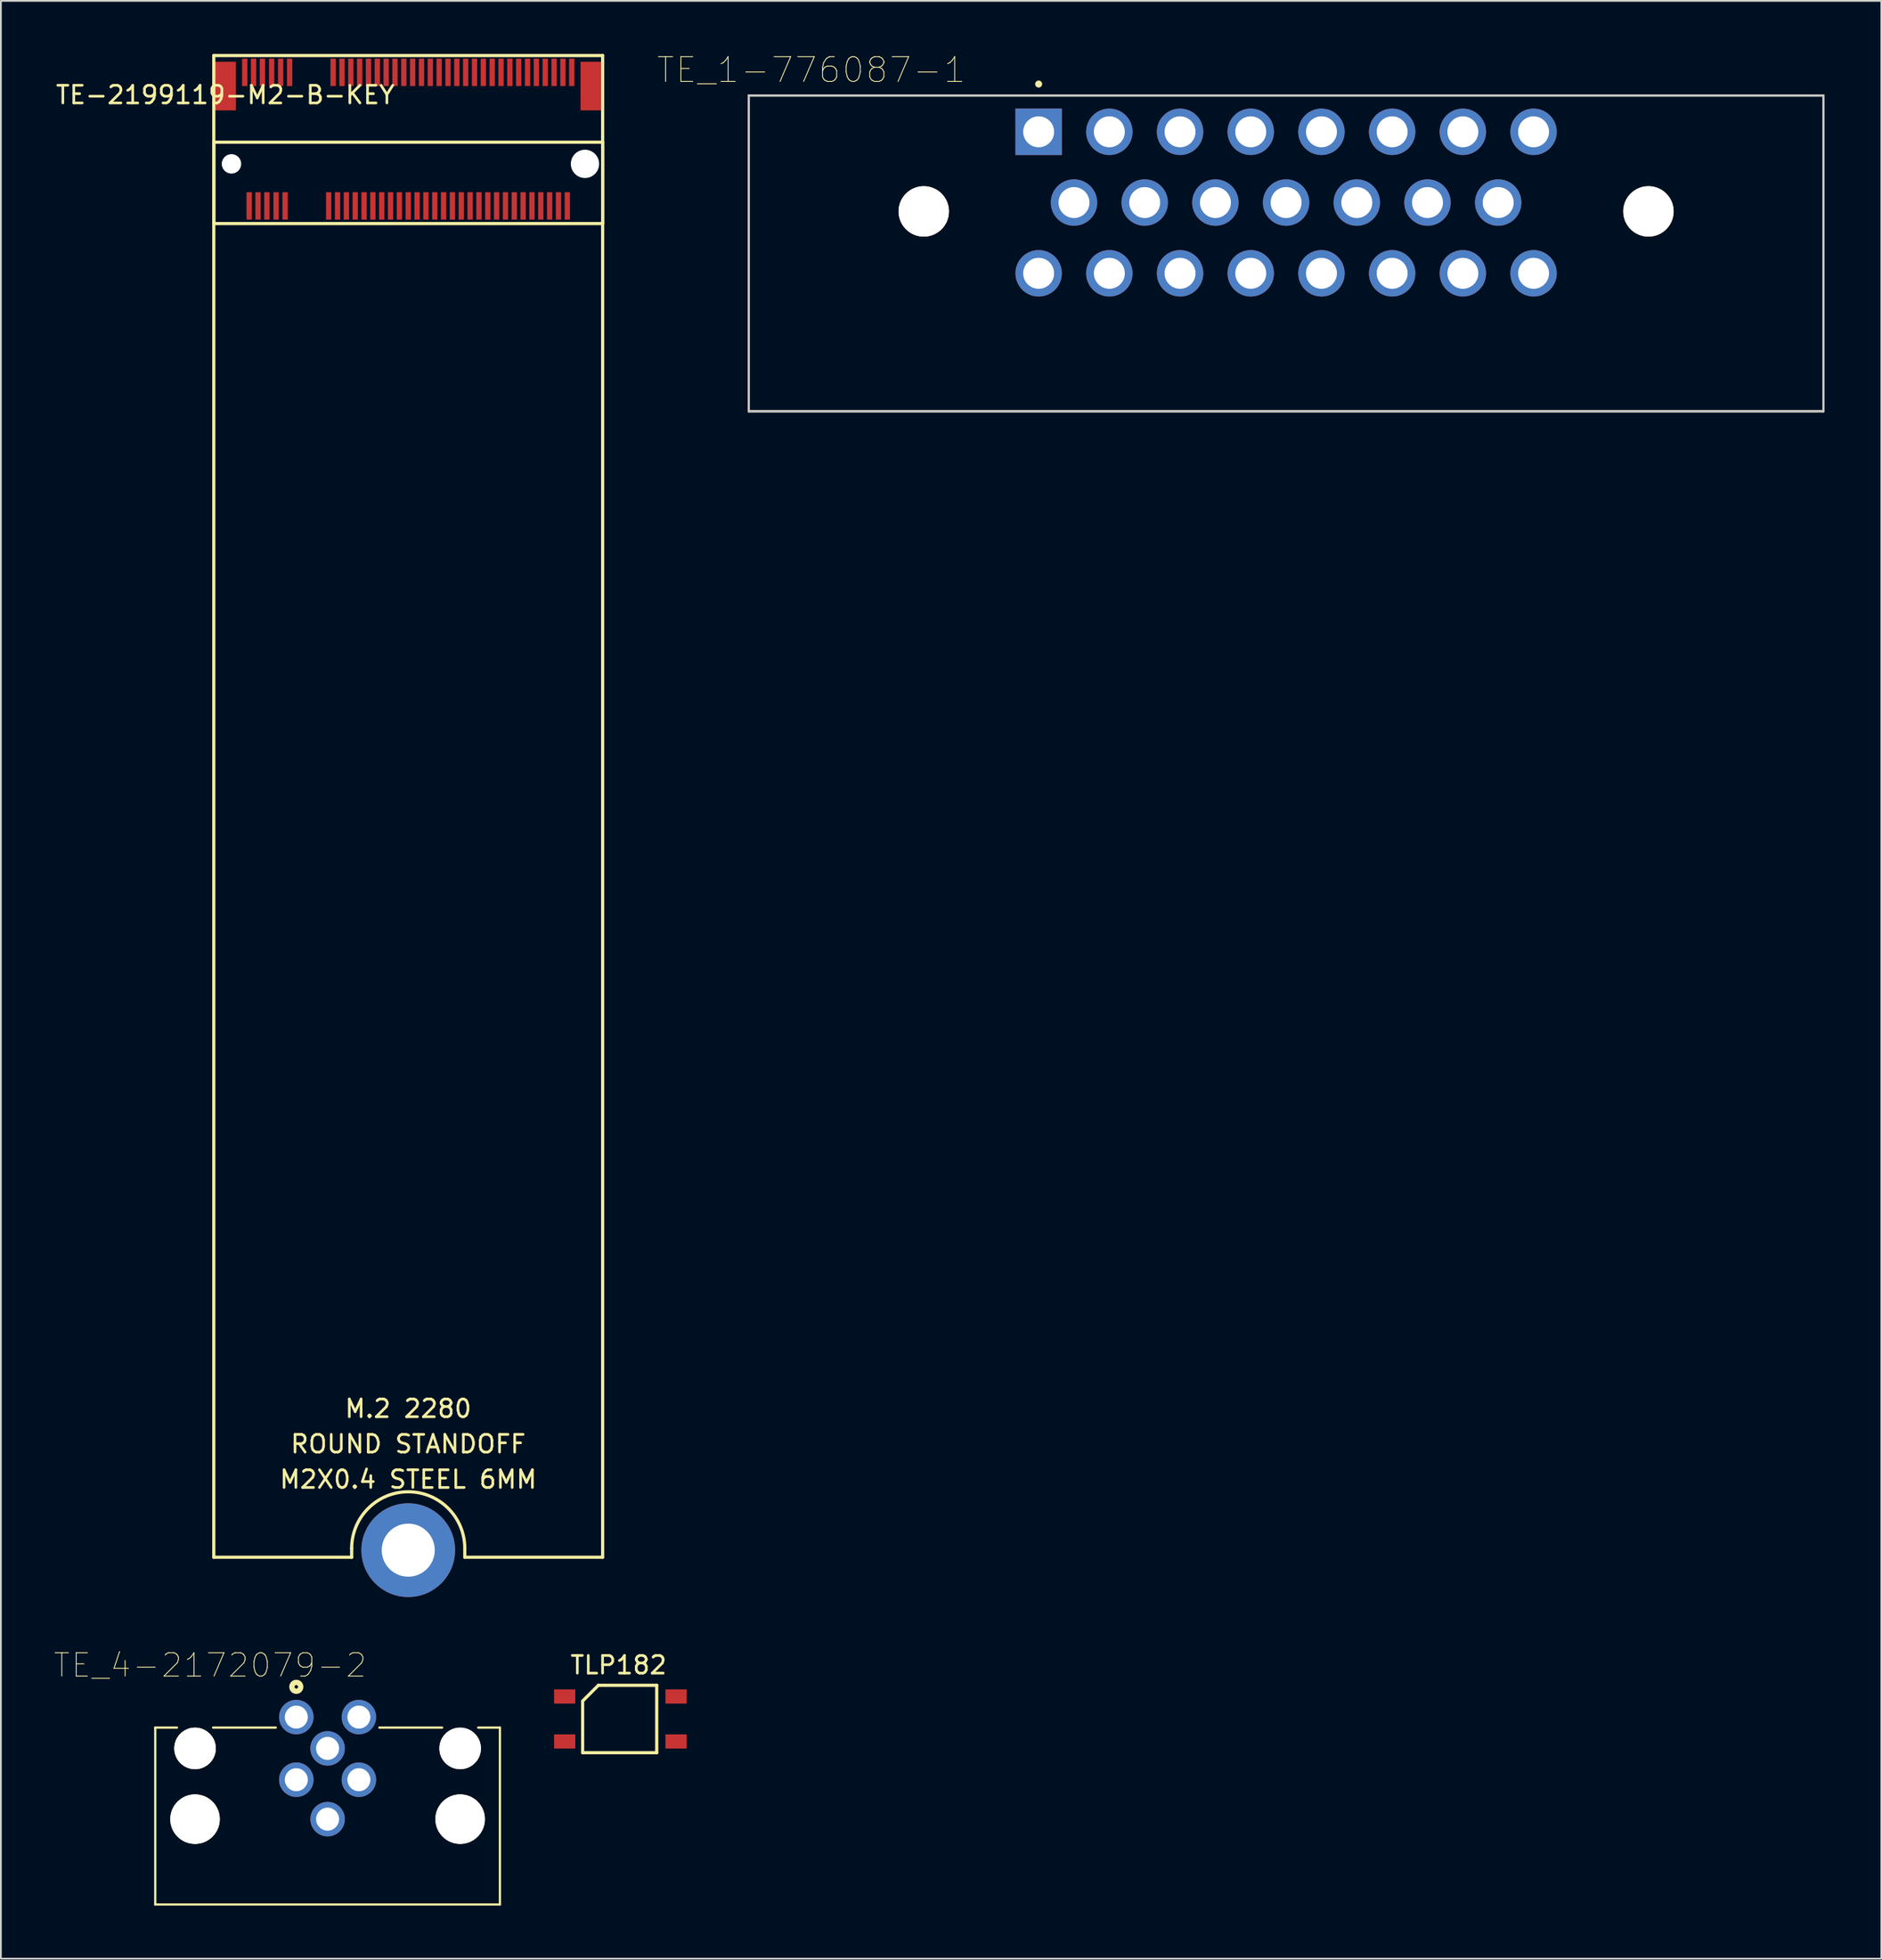
<source format=kicad_pcb>
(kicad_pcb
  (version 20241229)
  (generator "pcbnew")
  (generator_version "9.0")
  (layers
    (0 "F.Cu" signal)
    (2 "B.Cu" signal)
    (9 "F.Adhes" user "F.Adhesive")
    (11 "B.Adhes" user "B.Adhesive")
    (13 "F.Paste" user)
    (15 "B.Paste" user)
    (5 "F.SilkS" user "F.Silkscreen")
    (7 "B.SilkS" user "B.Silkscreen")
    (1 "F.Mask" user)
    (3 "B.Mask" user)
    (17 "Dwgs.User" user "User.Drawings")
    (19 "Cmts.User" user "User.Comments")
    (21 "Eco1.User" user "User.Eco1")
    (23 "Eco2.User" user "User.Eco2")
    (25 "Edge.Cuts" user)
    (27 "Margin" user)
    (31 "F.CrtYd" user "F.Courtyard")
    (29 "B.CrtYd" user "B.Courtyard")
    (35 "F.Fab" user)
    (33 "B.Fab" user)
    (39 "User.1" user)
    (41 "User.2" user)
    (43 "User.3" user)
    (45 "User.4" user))
  (footprint "TLP182"
    (layer "F.Cu")
    (at 28.898 92.866)
    (property "Reference" "TLP182" (at 3.048 -1.778 0) (layer "F.SilkS") (effects (font (size 1 1) (thickness 0.15))))
    (attr through_hole)
    (fp_line (start 1.016 3.175) (end 1.016 0.254) (stroke (width 0.18) (type solid)) (layer "F.SilkS"))
    (fp_line (start 1.905 -0.635) (end 1.016 0.254) (stroke (width 0.18) (type solid)) (layer "F.SilkS"))
    (fp_line (start 1.905 -0.635) (end 5.207 -0.635) (stroke (width 0.18) (type solid)) (layer "F.SilkS"))
    (fp_line (start 5.207 -0.635) (end 5.207 3.175) (stroke (width 0.18) (type solid)) (layer "F.SilkS"))
    (fp_line (start 5.207 3.175) (end 1.016 3.175) (stroke (width 0.18) (type solid)) (layer "F.SilkS"))
    (pad "1" smd rect (at 0 0) (size 1.2 0.8) (layers "F.Cu" "F.Mask" "F.Paste"))
    (pad "3" smd rect (at 0 2.54) (size 1.2 0.8) (layers "F.Cu" "F.Mask" "F.Paste"))
    (pad "4" smd rect (at 6.3 2.54) (size 1.2 0.8) (layers "F.Cu" "F.Mask" "F.Paste"))
    (pad "6" smd rect (at 6.3 0) (size 1.2 0.8) (layers "F.Cu" "F.Mask" "F.Paste")))
  (footprint "TE_4-2172079-2"
    (layer "F.Cu")
    (at 15.484 97.798)
    (property "Reference" "TE_4-2172079-2" (at -6.647 -6.698 0) (layer "F.SilkS") (effects (font (size 1.32 1.32) (thickness 0.05))))
    (attr through_hole)
    (fp_line (start -9.75 -3.175) (end -8.52 -3.175) (stroke (width 0.127) (type solid)) (layer "F.SilkS"))
    (fp_line (start -9.75 6.825) (end -9.75 -3.175) (stroke (width 0.127) (type solid)) (layer "F.SilkS"))
    (fp_line (start -9.75 6.825) (end 9.75 6.825) (stroke (width 0.127) (type solid)) (layer "F.SilkS"))
    (fp_line (start -6.48 -3.175) (end -2.93 -3.175) (stroke (width 0.127) (type solid)) (layer "F.SilkS"))
    (fp_line (start 2.93 -3.175) (end 6.48 -3.175) (stroke (width 0.127) (type solid)) (layer "F.SilkS"))
    (fp_line (start 8.52 -3.175) (end 9.75 -3.175) (stroke (width 0.127) (type solid)) (layer "F.SilkS"))
    (fp_line (start 9.75 -3.175) (end 9.75 6.825) (stroke (width 0.127) (type solid)) (layer "F.SilkS"))
    (fp_circle (center -1.77 -5.481) (end -1.67 -5.481) (stroke (width 0.3) (type solid)) (fill no) (layer "F.SilkS"))
    (fp_line (start -9.75 6.825) (end -9.75 -3.175) (stroke (width 0.127) (type solid)) (layer "Eco2.User"))
    (fp_line (start -9.75 6.825) (end -7.5 6.825) (stroke (width 0.127) (type solid)) (layer "Eco2.User"))
    (fp_line (start -7.5 6.825) (end 7.5 6.825) (stroke (width 0.127) (type solid)) (layer "Eco2.User"))
    (fp_line (start 7.5 6.825) (end 9.75 6.825) (stroke (width 0.127) (type solid)) (layer "Eco2.User"))
    (fp_line (start 9.75 -3.175) (end 9.75 6.825) (stroke (width 0.127) (type solid)) (layer "Eco2.User"))
    (fp_circle (center -1.77 -5.481) (end -1.67 -5.481) (stroke (width 0.3) (type solid)) (fill no) (layer "Eco2.User"))
    (pad "" np_thru_hole circle (at -7.5 -2) (size 2.35 2.35) (drill 2.35) (layers "*.Cu" "*.Mask" "F.SilkS"))
    (pad "" np_thru_hole circle (at -7.5 2) (size 2.8 2.8) (drill 2.8) (layers "*.Cu" "*.Mask" "F.SilkS"))
    (pad "" np_thru_hole circle (at 7.5 -2) (size 2.35 2.35) (drill 2.35) (layers "*.Cu" "*.Mask" "F.SilkS"))
    (pad "" np_thru_hole circle (at 7.5 2) (size 2.8 2.8) (drill 2.8) (layers "*.Cu" "*.Mask" "F.SilkS"))
    (pad "1" thru_hole circle (at -1.77 -3.77) (size 1.95 1.95) (drill 1.3) (layers "*.Cu" "*.Mask"))
    (pad "2" thru_hole circle (at 1.77 -3.77) (size 1.95 1.95) (drill 1.3) (layers "*.Cu" "*.Mask"))
    (pad "3" thru_hole circle (at 1.77 -0.23) (size 1.95 1.95) (drill 1.3) (layers "*.Cu" "*.Mask"))
    (pad "4" thru_hole circle (at -1.77 -0.23) (size 1.95 1.95) (drill 1.3) (layers "*.Cu" "*.Mask"))
    (pad "5" thru_hole circle (at 0 -2) (size 1.95 1.95) (drill 1.3) (layers "*.Cu" "*.Mask"))
    (pad "S1" thru_hole circle (at 0 2) (size 1.95 1.95) (drill 1.3) (layers "*.Cu" "*.Mask")))
  (footprint "TE_1-776087-1"
    (layer "F.Cu")
    (at 55.713 4.402)
    (property "Reference" "TE_1-776087-1" (at -12.862 -3.494 0) (layer "F.SilkS") (effects (font (size 1.402 1.402) (thickness 0.05))))
    (attr through_hole)
    (fp_line (start -16.4 -2.05) (end -16.4 15.8) (stroke (width 0.127) (type solid)) (layer "F.SilkS"))
    (fp_line (start 44.4 -2.05) (end -16.4 -2.05) (stroke (width 0.127) (type solid)) (layer "F.SilkS"))
    (fp_line (start 44.4 15.8) (end -16.4 15.8) (stroke (width 0.127) (type solid)) (layer "F.SilkS"))
    (fp_line (start 44.4 15.8) (end 44.4 -2.05) (stroke (width 0.127) (type solid)) (layer "F.SilkS"))
    (fp_circle (center 0 -2.7) (end 0.1 -2.7) (stroke (width 0.2) (type solid)) (fill no) (layer "F.SilkS"))
    (fp_line (start -16.4 -2.05) (end -16.4 15.8) (stroke (width 0.127) (type solid)) (layer "Dwgs.User"))
    (fp_line (start 44.4 -2.05) (end -16.4 -2.05) (stroke (width 0.127) (type solid)) (layer "Dwgs.User"))
    (fp_line (start 44.4 15.8) (end -16.4 15.8) (stroke (width 0.127) (type solid)) (layer "Dwgs.User"))
    (fp_line (start 44.4 15.8) (end 44.4 -2.05) (stroke (width 0.127) (type solid)) (layer "Dwgs.User"))
    (fp_line (start -16.65 -2.3) (end 44.65 -2.3) (stroke (width 0.05) (type solid)) (layer "Eco1.User"))
    (fp_line (start -16.65 16.05) (end -16.65 -2.3) (stroke (width 0.05) (type solid)) (layer "Eco1.User"))
    (fp_line (start 44.65 -2.3) (end 44.65 16.05) (stroke (width 0.05) (type solid)) (layer "Eco1.User"))
    (fp_line (start 44.65 16.05) (end -16.65 16.05) (stroke (width 0.05) (type solid)) (layer "Eco1.User"))
    (pad "" np_thru_hole circle (at -6.5 4.5) (size 2.85 2.85) (drill 2.85) (layers "*.Cu" "*.Mask" "F.SilkS"))
    (pad "" np_thru_hole circle (at 34.5 4.5) (size 2.85 2.85) (drill 2.85) (layers "*.Cu" "*.Mask" "F.SilkS"))
    (pad "1" thru_hole rect (at 0 0) (size 2.625 2.625) (drill 1.75) (layers "*.Cu" "*.Mask"))
    (pad "2" thru_hole circle (at 4 0) (size 2.625 2.625) (drill 1.75) (layers "*.Cu" "*.Mask"))
    (pad "3" thru_hole circle (at 8 0) (size 2.625 2.625) (drill 1.75) (layers "*.Cu" "*.Mask"))
    (pad "4" thru_hole circle (at 12 0) (size 2.625 2.625) (drill 1.75) (layers "*.Cu" "*.Mask"))
    (pad "5" thru_hole circle (at 16 0) (size 2.625 2.625) (drill 1.75) (layers "*.Cu" "*.Mask"))
    (pad "6" thru_hole circle (at 20 0) (size 2.625 2.625) (drill 1.75) (layers "*.Cu" "*.Mask"))
    (pad "7" thru_hole circle (at 24 0) (size 2.625 2.625) (drill 1.75) (layers "*.Cu" "*.Mask"))
    (pad "8" thru_hole circle (at 28 0) (size 2.625 2.625) (drill 1.75) (layers "*.Cu" "*.Mask"))
    (pad "9" thru_hole circle (at 2 4) (size 2.625 2.625) (drill 1.75) (layers "*.Cu" "*.Mask"))
    (pad "10" thru_hole circle (at 6 4) (size 2.625 2.625) (drill 1.75) (layers "*.Cu" "*.Mask"))
    (pad "11" thru_hole circle (at 10 4) (size 2.625 2.625) (drill 1.75) (layers "*.Cu" "*.Mask"))
    (pad "12" thru_hole circle (at 14 4) (size 2.625 2.625) (drill 1.75) (layers "*.Cu" "*.Mask"))
    (pad "13" thru_hole circle (at 18 4) (size 2.625 2.625) (drill 1.75) (layers "*.Cu" "*.Mask"))
    (pad "14" thru_hole circle (at 22 4) (size 2.625 2.625) (drill 1.75) (layers "*.Cu" "*.Mask"))
    (pad "15" thru_hole circle (at 26 4) (size 2.625 2.625) (drill 1.75) (layers "*.Cu" "*.Mask"))
    (pad "16" thru_hole circle (at 0 8) (size 2.625 2.625) (drill 1.75) (layers "*.Cu" "*.Mask"))
    (pad "17" thru_hole circle (at 4 8) (size 2.625 2.625) (drill 1.75) (layers "*.Cu" "*.Mask"))
    (pad "18" thru_hole circle (at 8 8) (size 2.625 2.625) (drill 1.75) (layers "*.Cu" "*.Mask"))
    (pad "19" thru_hole circle (at 12 8) (size 2.625 2.625) (drill 1.75) (layers "*.Cu" "*.Mask"))
    (pad "20" thru_hole circle (at 16 8) (size 2.625 2.625) (drill 1.75) (layers "*.Cu" "*.Mask"))
    (pad "21" thru_hole circle (at 20 8) (size 2.625 2.625) (drill 1.75) (layers "*.Cu" "*.Mask"))
    (pad "22" thru_hole circle (at 24 8) (size 2.625 2.625) (drill 1.75) (layers "*.Cu" "*.Mask"))
    (pad "23" thru_hole circle (at 28 8) (size 2.625 2.625) (drill 1.75) (layers "*.Cu" "*.Mask")))
  (footprint "TE-2199119-M2-B-KEY"
    (layer "F.Cu")
    (at 9.696 1.815)
    (property "Reference" "TE-2199119-M2-B-KEY" (at 0 0.5 0) (layer "F.SilkS") (effects (font (size 1 1) (thickness 0.15))))
    (attr through_hole)
    (fp_line (start -0.65 -1.725) (end -0.65 7.775) (stroke (width 0.18) (type solid)) (layer "F.SilkS"))
    (fp_line (start -0.65 -1.725) (end 21.35 -1.725) (stroke (width 0.18) (type solid)) (layer "F.SilkS"))
    (fp_line (start -0.65 83.175) (end -0.65 3.175) (stroke (width 0.18) (type solid)) (layer "F.SilkS"))
    (fp_line (start -0.65 83.175) (end 7.15 83.175) (stroke (width 0.18) (type solid)) (layer "F.SilkS"))
    (fp_line (start 7.15 83.175) (end 7.15 82.675) (stroke (width 0.18) (type solid)) (layer "F.SilkS"))
    (fp_line (start 13.55 83.175) (end 13.55 82.675) (stroke (width 0.18) (type solid)) (layer "F.SilkS"))
    (fp_line (start 13.55 83.175) (end 21.35 83.175) (stroke (width 0.18) (type solid)) (layer "F.SilkS"))
    (fp_line (start 21.35 -1.725) (end 21.35 7.775) (stroke (width 0.18) (type solid)) (layer "F.SilkS"))
    (fp_line (start 21.35 3.175) (end -0.65 3.175) (stroke (width 0.18) (type solid)) (layer "F.SilkS"))
    (fp_line (start 21.35 7.775) (end -0.65 7.775) (stroke (width 0.18) (type solid)) (layer "F.SilkS"))
    (fp_line (start 21.35 83.175) (end 21.35 3.175) (stroke (width 0.18) (type solid)) (layer "F.SilkS"))
    (fp_arc (start 7.15 82.675) (mid 10.35 79.475) (end 13.55 82.675) (stroke (width 0.18) (type solid)) (layer "F.SilkS"))
    (fp_text user "ROUND STANDOFF" (at 10.35 76.775 0) (layer "F.SilkS") (effects (font (size 1 1) (thickness 0.15))))
    (fp_text user "M2X0.4 STEEL 6MM" (at 10.35 78.775 0) (layer "F.SilkS") (effects (font (size 1 1) (thickness 0.15))))
    (fp_text user "M.2 2280" (at 10.35 74.775 0) (layer "F.SilkS") (effects (font (size 1 1) (thickness 0.15))))
    (pad "" smd rect (at 0 0) (size 1.2 2.75) (layers "F.Cu" "F.Mask" "F.Paste"))
    (pad "" np_thru_hole circle (at 0.35 4.4) (size 1.1 1.1) (drill 1.1) (layers "*.Cu" "*.Mask"))
    (pad "" thru_hole circle (at 10.35 82.775) (size 5.3 5.3) (drill 3) (layers "*.Cu" "*.Mask"))
    (pad "" np_thru_hole circle (at 20.35 4.4) (size 1.6 1.6) (drill 1.6) (layers "*.Cu" "*.Mask"))
    (pad "" smd rect (at 20.7 0) (size 1.2 2.75) (layers "F.Cu" "F.Mask" "F.Paste"))
    (pad "1" smd rect (at 1.1 -0.775) (size 0.3 1.55) (layers "F.Cu" "F.Mask" "F.Paste"))
    (pad "2" smd rect (at 1.35 6.775) (size 0.3 1.55) (layers "F.Cu" "F.Mask" "F.Paste"))
    (pad "3" smd rect (at 1.6 -0.775) (size 0.3 1.55) (layers "F.Cu" "F.Mask" "F.Paste"))
    (pad "4" smd rect (at 1.85 6.775) (size 0.3 1.55) (layers "F.Cu" "F.Mask" "F.Paste"))
    (pad "5" smd rect (at 2.1 -0.775) (size 0.3 1.55) (layers "F.Cu" "F.Mask" "F.Paste"))
    (pad "6" smd rect (at 2.35 6.775) (size 0.3 1.55) (layers "F.Cu" "F.Mask" "F.Paste"))
    (pad "7" smd rect (at 2.624 -0.775) (size 0.3 1.55) (layers "F.Cu" "F.Mask" "F.Paste"))
    (pad "8" smd rect (at 2.874 6.775) (size 0.3 1.55) (layers "F.Cu" "F.Mask" "F.Paste"))
    (pad "9" smd rect (at 3.132 -0.775) (size 0.3 1.55) (layers "F.Cu" "F.Mask" "F.Paste"))
    (pad "10" smd rect (at 3.382 6.775) (size 0.3 1.55) (layers "F.Cu" "F.Mask" "F.Paste"))
    (pad "11" smd rect (at 3.64 -0.775) (size 0.3 1.55) (layers "F.Cu" "F.Mask" "F.Paste"))
    (pad "20" smd rect (at 5.85 6.775) (size 0.3 1.55) (layers "F.Cu" "F.Mask" "F.Paste"))
    (pad "21" smd rect (at 6.1 -0.775) (size 0.3 1.55) (layers "F.Cu" "F.Mask" "F.Paste"))
    (pad "22" smd rect (at 6.35 6.775) (size 0.3 1.55) (layers "F.Cu" "F.Mask" "F.Paste"))
    (pad "23" smd rect (at 6.6 -0.775) (size 0.3 1.55) (layers "F.Cu" "F.Mask" "F.Paste"))
    (pad "24" smd rect (at 6.85 6.775) (size 0.3 1.55) (layers "F.Cu" "F.Mask" "F.Paste"))
    (pad "25" smd rect (at 7.1 -0.775) (size 0.3 1.55) (layers "F.Cu" "F.Mask" "F.Paste"))
    (pad "26" smd rect (at 7.35 6.775) (size 0.3 1.55) (layers "F.Cu" "F.Mask" "F.Paste"))
    (pad "27" smd rect (at 7.6 -0.775) (size 0.3 1.55) (layers "F.Cu" "F.Mask" "F.Paste"))
    (pad "28" smd rect (at 7.85 6.775) (size 0.3 1.55) (layers "F.Cu" "F.Mask" "F.Paste"))
    (pad "29" smd rect (at 8.1 -0.775) (size 0.3 1.55) (layers "F.Cu" "F.Mask" "F.Paste"))
    (pad "30" smd rect (at 8.35 6.775) (size 0.3 1.55) (layers "F.Cu" "F.Mask" "F.Paste"))
    (pad "31" smd rect (at 8.6 -0.775) (size 0.3 1.55) (layers "F.Cu" "F.Mask" "F.Paste"))
    (pad "32" smd rect (at 8.85 6.775) (size 0.3 1.55) (layers "F.Cu" "F.Mask" "F.Paste"))
    (pad "33" smd rect (at 9.1 -0.775) (size 0.3 1.55) (layers "F.Cu" "F.Mask" "F.Paste"))
    (pad "34" smd rect (at 9.35 6.775) (size 0.3 1.55) (layers "F.Cu" "F.Mask" "F.Paste"))
    (pad "35" smd rect (at 9.6 -0.775) (size 0.3 1.55) (layers "F.Cu" "F.Mask" "F.Paste"))
    (pad "36" smd rect (at 9.85 6.775) (size 0.3 1.55) (layers "F.Cu" "F.Mask" "F.Paste"))
    (pad "37" smd rect (at 10.1 -0.775) (size 0.3 1.55) (layers "F.Cu" "F.Mask" "F.Paste"))
    (pad "38" smd rect (at 10.35 6.775) (size 0.3 1.55) (layers "F.Cu" "F.Mask" "F.Paste"))
    (pad "39" smd rect (at 10.6 -0.775) (size 0.3 1.55) (layers "F.Cu" "F.Mask" "F.Paste"))
    (pad "40" smd rect (at 10.85 6.775) (size 0.3 1.55) (layers "F.Cu" "F.Mask" "F.Paste"))
    (pad "41" smd rect (at 11.1 -0.775) (size 0.3 1.55) (layers "F.Cu" "F.Mask" "F.Paste"))
    (pad "42" smd rect (at 11.35 6.775) (size 0.3 1.55) (layers "F.Cu" "F.Mask" "F.Paste"))
    (pad "43" smd rect (at 11.6 -0.775) (size 0.3 1.55) (layers "F.Cu" "F.Mask" "F.Paste"))
    (pad "44" smd rect (at 11.85 6.775) (size 0.3 1.55) (layers "F.Cu" "F.Mask" "F.Paste"))
    (pad "45" smd rect (at 12.1 -0.775) (size 0.3 1.55) (layers "F.Cu" "F.Mask" "F.Paste"))
    (pad "46" smd rect (at 12.35 6.775) (size 0.3 1.55) (layers "F.Cu" "F.Mask" "F.Paste"))
    (pad "47" smd rect (at 12.6 -0.775) (size 0.3 1.55) (layers "F.Cu" "F.Mask" "F.Paste"))
    (pad "48" smd rect (at 12.85 6.775) (size 0.3 1.55) (layers "F.Cu" "F.Mask" "F.Paste"))
    (pad "49" smd rect (at 13.1 -0.775) (size 0.3 1.55) (layers "F.Cu" "F.Mask" "F.Paste"))
    (pad "50" smd rect (at 13.35 6.775) (size 0.3 1.55) (layers "F.Cu" "F.Mask" "F.Paste"))
    (pad "51" smd rect (at 13.6 -0.775) (size 0.3 1.55) (layers "F.Cu" "F.Mask" "F.Paste"))
    (pad "52" smd rect (at 13.85 6.775) (size 0.3 1.55) (layers "F.Cu" "F.Mask" "F.Paste"))
    (pad "53" smd rect (at 14.1 -0.775) (size 0.3 1.55) (layers "F.Cu" "F.Mask" "F.Paste"))
    (pad "54" smd rect (at 14.35 6.775) (size 0.3 1.55) (layers "F.Cu" "F.Mask" "F.Paste"))
    (pad "55" smd rect (at 14.6 -0.775) (size 0.3 1.55) (layers "F.Cu" "F.Mask" "F.Paste"))
    (pad "56" smd rect (at 14.85 6.775) (size 0.3 1.55) (layers "F.Cu" "F.Mask" "F.Paste"))
    (pad "57" smd rect (at 15.1 -0.775) (size 0.3 1.55) (layers "F.Cu" "F.Mask" "F.Paste"))
    (pad "58" smd rect (at 15.35 6.775) (size 0.3 1.55) (layers "F.Cu" "F.Mask" "F.Paste"))
    (pad "59" smd rect (at 15.6 -0.775) (size 0.3 1.55) (layers "F.Cu" "F.Mask" "F.Paste"))
    (pad "60" smd rect (at 15.85 6.775) (size 0.3 1.55) (layers "F.Cu" "F.Mask" "F.Paste"))
    (pad "61" smd rect (at 16.1 -0.775) (size 0.3 1.55) (layers "F.Cu" "F.Mask" "F.Paste"))
    (pad "62" smd rect (at 16.35 6.775) (size 0.3 1.55) (layers "F.Cu" "F.Mask" "F.Paste"))
    (pad "63" smd rect (at 16.6 -0.775) (size 0.3 1.55) (layers "F.Cu" "F.Mask" "F.Paste"))
    (pad "64" smd rect (at 16.85 6.775) (size 0.3 1.55) (layers "F.Cu" "F.Mask" "F.Paste"))
    (pad "65" smd rect (at 17.1 -0.775) (size 0.3 1.55) (layers "F.Cu" "F.Mask" "F.Paste"))
    (pad "66" smd rect (at 17.35 6.775) (size 0.3 1.55) (layers "F.Cu" "F.Mask" "F.Paste"))
    (pad "67" smd rect (at 17.6 -0.775) (size 0.3 1.55) (layers "F.Cu" "F.Mask" "F.Paste"))
    (pad "68" smd rect (at 17.85 6.775) (size 0.3 1.55) (layers "F.Cu" "F.Mask" "F.Paste"))
    (pad "69" smd rect (at 18.1 -0.775) (size 0.3 1.55) (layers "F.Cu" "F.Mask" "F.Paste"))
    (pad "70" smd rect (at 18.35 6.775) (size 0.3 1.55) (layers "F.Cu" "F.Mask" "F.Paste"))
    (pad "71" smd rect (at 18.6 -0.775) (size 0.3 1.55) (layers "F.Cu" "F.Mask" "F.Paste"))
    (pad "72" smd rect (at 18.85 6.775) (size 0.3 1.55) (layers "F.Cu" "F.Mask" "F.Paste"))
    (pad "73" smd rect (at 19.1 -0.775) (size 0.3 1.55) (layers "F.Cu" "F.Mask" "F.Paste"))
    (pad "74" smd rect (at 19.35 6.775) (size 0.3 1.55) (layers "F.Cu" "F.Mask" "F.Paste"))
    (pad "75" smd rect (at 19.6 -0.775) (size 0.3 1.55) (layers "F.Cu" "F.Mask" "F.Paste")))
  (gr_rect
    (start -3 -3)
    (end 103.388 107.687)
    (stroke (width 0.1) (type default))
    (fill no)
    (layer "Edge.Cuts")))
</source>
